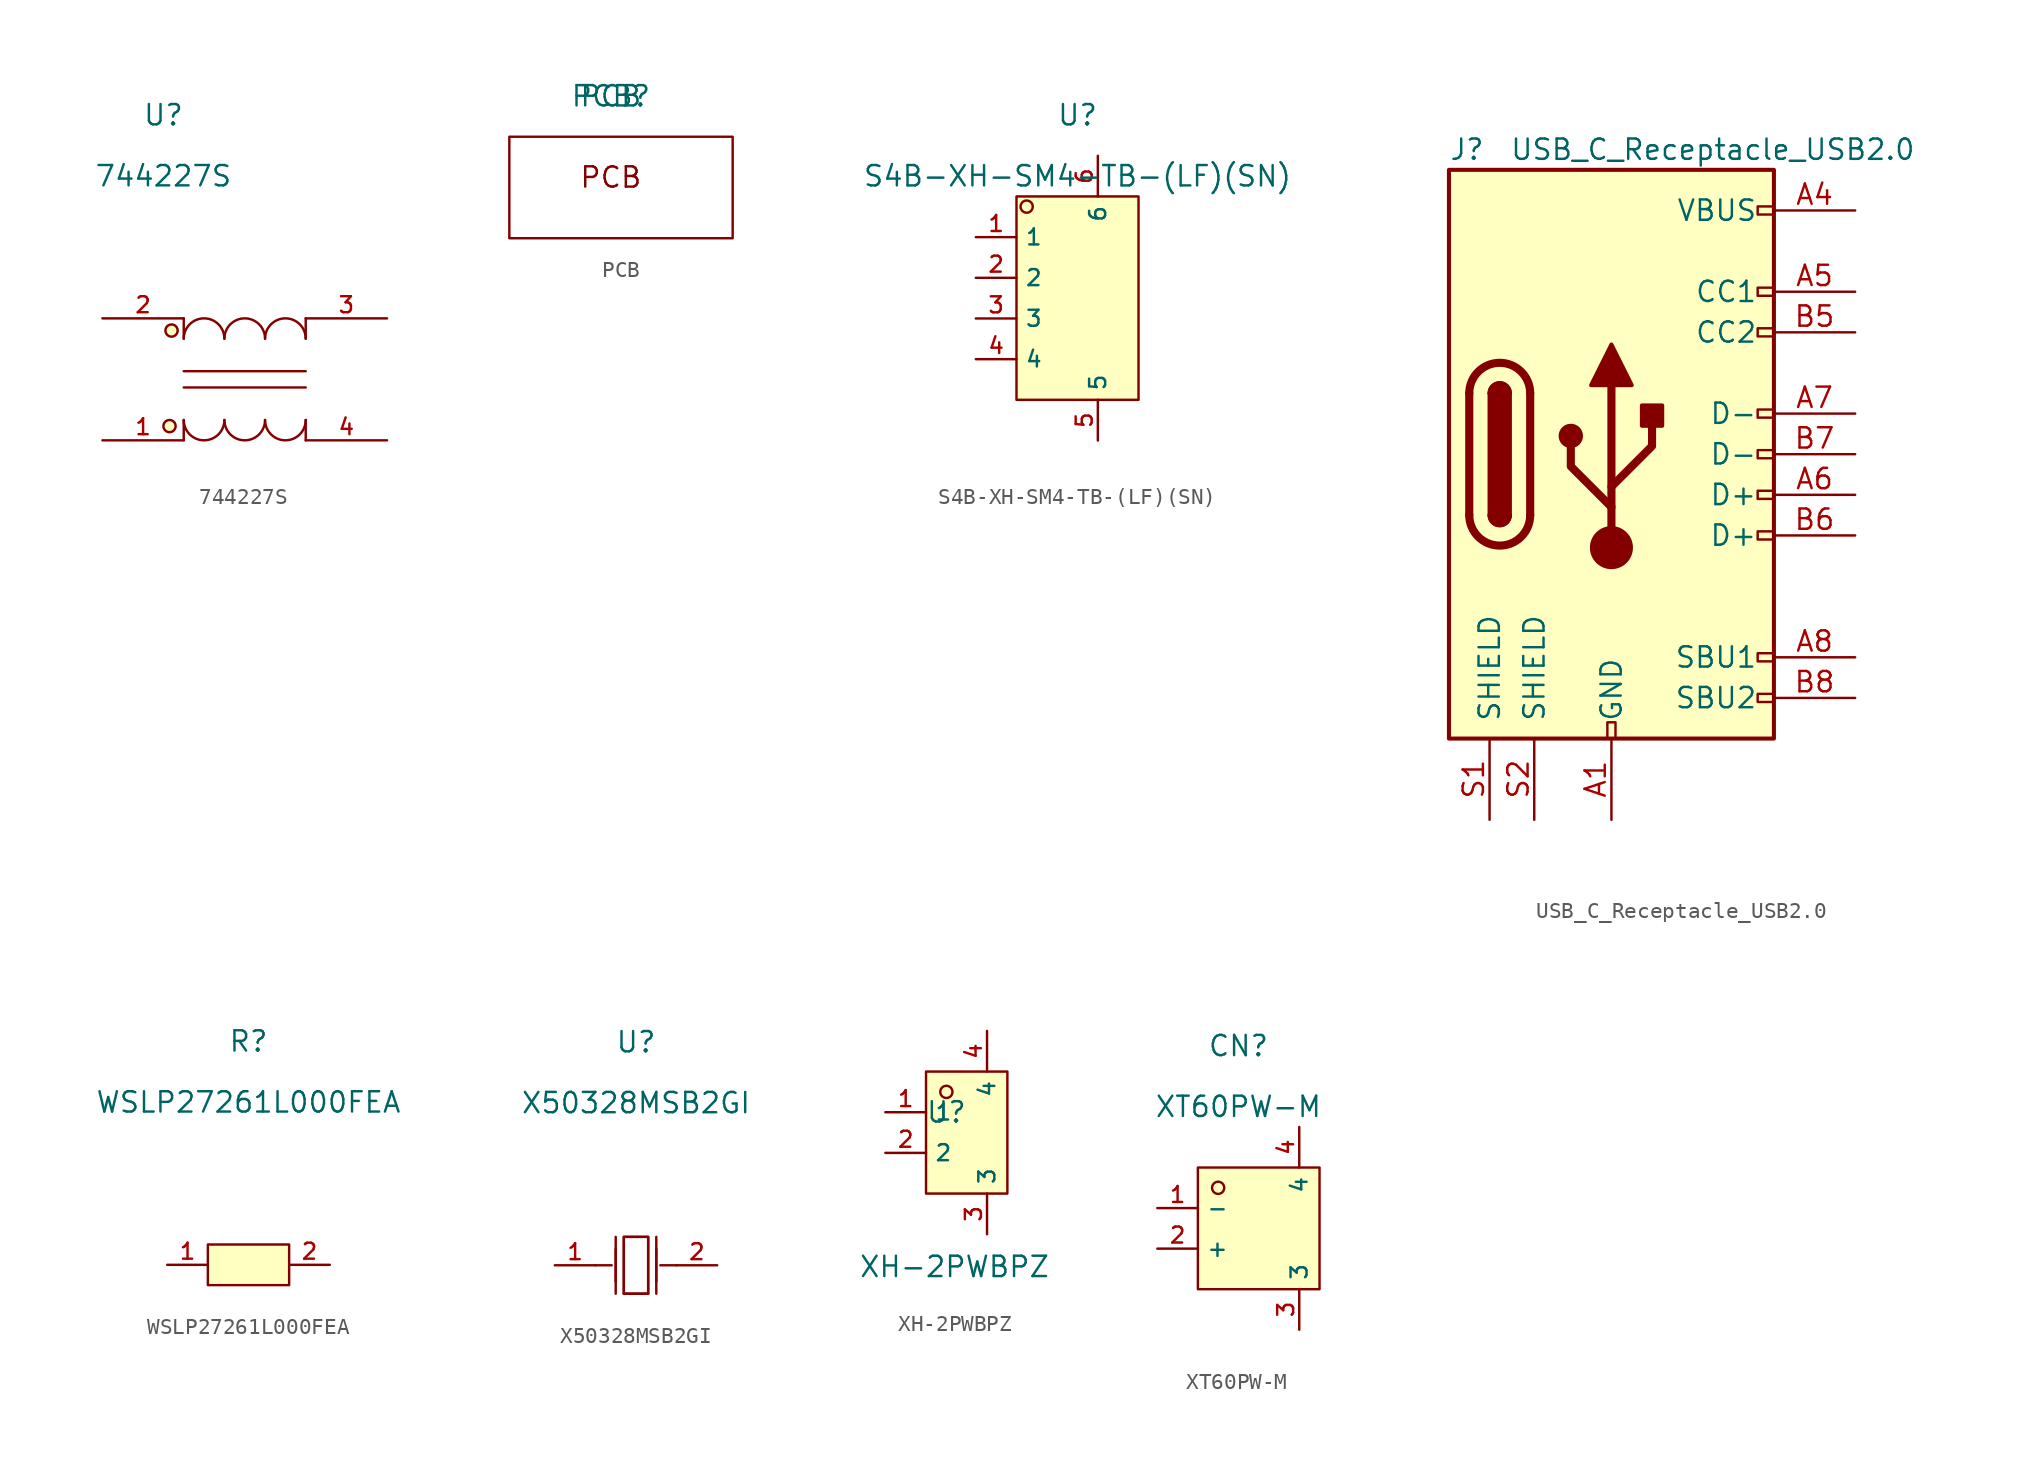
<source format=kicad_sym>
(kicad_symbol_lib
  (version 20220914)
  (generator kicad_symbol_editor)
  (symbol "744227S"
    (pin_names hide)
    (property "Reference" "U"
      (at 0 1.27 0)
      (effects (font (size 1.27 1.27))))
    (property "Value" "744227S"
      (at 0 -2.54 0)
      (effects (font (size 1.27 1.27))))
    (symbol "744227S_0_0"
      (polyline (pts (xy 1.27 -19.05) (xy 1.27 -17.78)) (stroke (width 0) (type default)) (fill (type none)))
      (polyline (pts (xy 1.27 -15.748) (xy 8.89 -15.748)) (stroke (width 0) (type default)) (fill (type none)))
      (polyline (pts (xy 1.27 -14.732) (xy 8.89 -14.732)) (stroke (width 0) (type default)) (fill (type none)))
      (polyline (pts (xy 1.27 -11.43) (xy 1.27 -12.7)) (stroke (width 0) (type default)) (fill (type none)))
      (polyline (pts (xy 8.89 -19.05) (xy 8.89 -17.78)) (stroke (width 0) (type default)) (fill (type none)))
      (polyline (pts (xy 8.89 -11.43) (xy 8.89 -12.7)) (stroke (width 0) (type default)) (fill (type none)))
      (circle (center 0.381 -18.161) (radius 0.381) (stroke (width 0) (type default)) (fill (type background)))
      (circle (center 0.508 -12.192) (radius 0.381) (stroke (width 0) (type default)) (fill (type background)))
      (arc (start 1.27 -17.78) (mid 2.54 -19.0445) (end 3.81 -17.78) (stroke (width 0) (type default)) (fill (type none)))
      (arc (start 3.81 -17.78) (mid 5.08 -19.0445) (end 6.35 -17.78) (stroke (width 0) (type default)) (fill (type none)))
      (arc (start 3.81 -12.7) (mid 2.54 -11.4355) (end 1.27 -12.7) (stroke (width 0) (type default)) (fill (type none)))
      (arc (start 6.35 -17.78) (mid 7.62 -19.0445) (end 8.89 -17.78) (stroke (width 0) (type default)) (fill (type none)))
      (arc (start 6.35 -12.7) (mid 5.08 -11.4355) (end 3.81 -12.7) (stroke (width 0) (type default)) (fill (type none)))
      (arc (start 8.89 -12.7) (mid 7.62 -11.4355) (end 6.35 -12.7) (stroke (width 0) (type default)) (fill (type none)))
      (pin unspecified line (at -3.81 -19.05 0) (length 5.08) (name "1" (effects (font (size 1 1)))) (number "1" (effects (font (size 1 1)))))
      (pin unspecified line (at -3.81 -11.43 0) (length 5.08) (name "2" (effects (font (size 1 1)))) (number "2" (effects (font (size 1 1)))))
      (pin unspecified line (at 13.97 -11.43 180) (length 5.08) (name "3" (effects (font (size 1 1)))) (number "3" (effects (font (size 1 1)))))
      (pin unspecified line (at 13.97 -19.05 180) (length 5.08) (name "4" (effects (font (size 1 1)))) (number "4" (effects (font (size 1 1)))))))
  (symbol "PCB"
    (property "Reference" "PCB"
      (at 0 0 0)
      (effects (font (size 1.27 1.27))))
    (property "Value" "PCB"
      (at 0 0 0)
      (effects (font (size 1.27 1.27))))
    (symbol "PCB_0_0"
      (text "PCB" (at 0 -5.08 0) (effects (font (size 1.27 1.27)))))
    (symbol "PCB_0_1"
      (rectangle (start -6.35 -2.54) (end 7.62 -8.89) (stroke (width 0) (type default)) (fill (type none)))))
  (symbol "S4B-XH-SM4-TB-(LF)(SN)"
    (property "Reference" "U"
      (at 0 1.27 0)
      (effects (font (size 1.27 1.27))))
    (property "Value" "S4B-XH-SM4-TB-(LF)(SN)"
      (at 0 -2.54 0)
      (effects (font (size 1.27 1.27))))
    (symbol "S4B-XH-SM4-TB-(LF)(SN)_0_0"
      (rectangle (start -3.81 -3.81) (end 3.81 -16.51) (stroke (width 0) (type default)) (fill (type background)))
      (circle (center -3.175 -4.445) (radius 0.381) (stroke (width 0) (type default)) (fill (type background)))
      (pin unspecified line (at -6.35 -6.35 0) (length 2.54) (name "1" (effects (font (size 1 1)))) (number "1" (effects (font (size 1 1)))))
      (pin unspecified line (at -6.35 -8.89 0) (length 2.54) (name "2" (effects (font (size 1 1)))) (number "2" (effects (font (size 1 1)))))
      (pin unspecified line (at -6.35 -11.43 0) (length 2.54) (name "3" (effects (font (size 1 1)))) (number "3" (effects (font (size 1 1)))))
      (pin unspecified line (at -6.35 -13.97 0) (length 2.54) (name "4" (effects (font (size 1 1)))) (number "4" (effects (font (size 1 1)))))
      (pin unspecified line (at 1.27 -19.05 90) (length 2.54) (name "5" (effects (font (size 1 1)))) (number "5" (effects (font (size 1 1)))))
      (pin unspecified line (at 1.27 -1.27 270) (length 2.54) (name "6" (effects (font (size 1 1)))) (number "6" (effects (font (size 1 1)))))))
  (symbol "USB_C_Receptacle_USB2.0"
    (pin_names
      (offset 1.016))
    (property "Reference" "J"
      (at -10.16 19.05 0)
      (effects (font (size 1.27 1.27)) (justify left)))
    (property "Value" "USB_C_Receptacle_USB2.0"
      (at 19.05 19.05 0)
      (effects (font (size 1.27 1.27)) (justify right)))
    (symbol "USB_C_Receptacle_USB2.0_0_0"
      (rectangle (start -0.254 -17.78) (end 0.254 -16.764) (stroke (width 0) (type default)) (fill (type none)))
      (rectangle (start 10.16 -14.986) (end 9.144 -15.494) (stroke (width 0) (type default)) (fill (type none)))
      (rectangle (start 10.16 -12.446) (end 9.144 -12.954) (stroke (width 0) (type default)) (fill (type none)))
      (rectangle (start 10.16 -4.826) (end 9.144 -5.334) (stroke (width 0) (type default)) (fill (type none)))
      (rectangle (start 10.16 -2.286) (end 9.144 -2.794) (stroke (width 0) (type default)) (fill (type none)))
      (rectangle (start 10.16 0.254) (end 9.144 -0.254) (stroke (width 0) (type default)) (fill (type none)))
      (rectangle (start 10.16 2.794) (end 9.144 2.286) (stroke (width 0) (type default)) (fill (type none)))
      (rectangle (start 10.16 7.874) (end 9.144 7.366) (stroke (width 0) (type default)) (fill (type none)))
      (rectangle (start 10.16 10.414) (end 9.144 9.906) (stroke (width 0) (type default)) (fill (type none)))
      (rectangle (start 10.16 15.494) (end 9.144 14.986) (stroke (width 0) (type default)) (fill (type none))))
    (symbol "USB_C_Receptacle_USB2.0_0_1"
      (rectangle (start -10.16 17.78) (end 10.16 -17.78) (stroke (width 0.254) (type default)) (fill (type background)))
      (arc (start -8.89 -3.81) (mid -6.985 -5.7067) (end -5.08 -3.81) (stroke (width 0.508) (type default)) (fill (type none)))
      (arc (start -7.62 -3.81) (mid -6.985 -4.4423) (end -6.35 -3.81) (stroke (width 0.254) (type default)) (fill (type none)))
      (arc (start -7.62 -3.81) (mid -6.985 -4.4423) (end -6.35 -3.81) (stroke (width 0.254) (type default)) (fill (type outline)))
      (rectangle (start -7.62 -3.81) (end -6.35 3.81) (stroke (width 0.254) (type default)) (fill (type outline)))
      (arc (start -6.35 3.81) (mid -6.985 4.4423) (end -7.62 3.81) (stroke (width 0.254) (type default)) (fill (type none)))
      (arc (start -6.35 3.81) (mid -6.985 4.4423) (end -7.62 3.81) (stroke (width 0.254) (type default)) (fill (type outline)))
      (arc (start -5.08 3.81) (mid -6.985 5.7067) (end -8.89 3.81) (stroke (width 0.508) (type default)) (fill (type none)))
      (circle (center -2.54 1.143) (radius 0.635) (stroke (width 0.254) (type default)) (fill (type outline)))
      (circle (center 0 -5.842) (radius 1.27) (stroke (width 0) (type default)) (fill (type outline)))
      (polyline (pts (xy -8.89 -3.81) (xy -8.89 3.81)) (stroke (width 0.508) (type default)) (fill (type none)))
      (polyline (pts (xy -5.08 3.81) (xy -5.08 -3.81)) (stroke (width 0.508) (type default)) (fill (type none)))
      (polyline (pts (xy 0 -5.842) (xy 0 4.318)) (stroke (width 0.508) (type default)) (fill (type none)))
      (polyline (pts (xy 0 -3.302) (xy -2.54 -0.762) (xy -2.54 0.508)) (stroke (width 0.508) (type default)) (fill (type none)))
      (polyline (pts (xy 0 -2.032) (xy 2.54 0.508) (xy 2.54 1.778)) (stroke (width 0.508) (type default)) (fill (type none)))
      (polyline (pts (xy -1.27 4.318) (xy 0 6.858) (xy 1.27 4.318) (xy -1.27 4.318)) (stroke (width 0.254) (type default)) (fill (type outline)))
      (rectangle (start 1.905 1.778) (end 3.175 3.048) (stroke (width 0.254) (type default)) (fill (type outline))))
    (symbol "USB_C_Receptacle_USB2.0_1_1"
      (pin passive line (at 0 -22.86 90) (length 5.08) (name "GND" (effects (font (size 1.27 1.27)))) (number "A1" (effects (font (size 1.27 1.27)))))
      (pin passive line (at 0 -22.86 90) (length 5.08) hide (name "GND" (effects (font (size 1.27 1.27)))) (number "A12" (effects (font (size 1.27 1.27)))))
      (pin passive line (at 15.24 15.24 180) (length 5.08) (name "VBUS" (effects (font (size 1.27 1.27)))) (number "A4" (effects (font (size 1.27 1.27)))))
      (pin bidirectional line (at 15.24 10.16 180) (length 5.08) (name "CC1" (effects (font (size 1.27 1.27)))) (number "A5" (effects (font (size 1.27 1.27)))))
      (pin bidirectional line (at 15.24 -2.54 180) (length 5.08) (name "D+" (effects (font (size 1.27 1.27)))) (number "A6" (effects (font (size 1.27 1.27)))))
      (pin bidirectional line (at 15.24 2.54 180) (length 5.08) (name "D-" (effects (font (size 1.27 1.27)))) (number "A7" (effects (font (size 1.27 1.27)))))
      (pin bidirectional line (at 15.24 -12.7 180) (length 5.08) (name "SBU1" (effects (font (size 1.27 1.27)))) (number "A8" (effects (font (size 1.27 1.27)))))
      (pin passive line (at 15.24 15.24 180) (length 5.08) hide (name "VBUS" (effects (font (size 1.27 1.27)))) (number "A9" (effects (font (size 1.27 1.27)))))
      (pin passive line (at 0 -22.86 90) (length 5.08) hide (name "GND" (effects (font (size 1.27 1.27)))) (number "B1" (effects (font (size 1.27 1.27)))))
      (pin passive line (at 0 -22.86 90) (length 5.08) hide (name "GND" (effects (font (size 1.27 1.27)))) (number "B12" (effects (font (size 1.27 1.27)))))
      (pin passive line (at 15.24 15.24 180) (length 5.08) hide (name "VBUS" (effects (font (size 1.27 1.27)))) (number "B4" (effects (font (size 1.27 1.27)))))
      (pin bidirectional line (at 15.24 7.62 180) (length 5.08) (name "CC2" (effects (font (size 1.27 1.27)))) (number "B5" (effects (font (size 1.27 1.27)))))
      (pin bidirectional line (at 15.24 -5.08 180) (length 5.08) (name "D+" (effects (font (size 1.27 1.27)))) (number "B6" (effects (font (size 1.27 1.27)))))
      (pin bidirectional line (at 15.24 0 180) (length 5.08) (name "D-" (effects (font (size 1.27 1.27)))) (number "B7" (effects (font (size 1.27 1.27)))))
      (pin bidirectional line (at 15.24 -15.24 180) (length 5.08) (name "SBU2" (effects (font (size 1.27 1.27)))) (number "B8" (effects (font (size 1.27 1.27)))))
      (pin passive line (at 15.24 15.24 180) (length 5.08) hide (name "VBUS" (effects (font (size 1.27 1.27)))) (number "B9" (effects (font (size 1.27 1.27)))))
      (pin passive line (at -7.62 -22.86 90) (length 5.08) (name "SHIELD" (effects (font (size 1.27 1.27)))) (number "S1" (effects (font (size 1.27 1.27)))))
      (pin passive line (at -4.826 -22.86 90) (length 5.08) (name "SHIELD" (effects (font (size 1.27 1.27)))) (number "S2" (effects (font (size 1.27 1.27)))))))
  (symbol "WSLP27261L000FEA"
    (pin_names hide)
    (property "Reference" "R"
      (at 0 1.27 0)
      (effects (font (size 1.27 1.27))))
    (property "Value" "WSLP27261L000FEA"
      (at 0 -2.54 0)
      (effects (font (size 1.27 1.27))))
    (symbol "WSLP27261L000FEA_0_0"
      (rectangle (start -2.54 -11.43) (end 2.54 -13.97) (stroke (width 0) (type default)) (fill (type background)))
      (pin unspecified line (at -5.08 -12.7 0) (length 2.54) (name "1" (effects (font (size 1 1)))) (number "1" (effects (font (size 1 1)))))
      (pin unspecified line (at 5.08 -12.7 180) (length 2.54) (name "2" (effects (font (size 1 1)))) (number "2" (effects (font (size 1 1)))))))
  (symbol "X50328MSB2GI"
    (pin_names hide)
    (property "Reference" "U"
      (at 0 1.27 0)
      (effects (font (size 1.27 1.27))))
    (property "Value" "X50328MSB2GI"
      (at 0 -2.54 0)
      (effects (font (size 1.27 1.27))))
    (symbol "X50328MSB2GI_0_0"
      (polyline (pts (xy -2.54 -12.7) (xy -1.524 -12.7)) (stroke (width 0) (type default)) (fill (type none)))
      (polyline (pts (xy -1.27 -14.478) (xy -1.27 -10.922)) (stroke (width 0) (type default)) (fill (type none)))
      (polyline (pts (xy -1.27 -13.716) (xy -1.27 -11.684)) (stroke (width 0) (type default)) (fill (type none)))
      (polyline (pts (xy 0.762 -14.478) (xy -0.762 -14.478)) (stroke (width 0) (type default)) (fill (type none)))
      (polyline (pts (xy 1.27 -14.478) (xy 1.27 -10.922)) (stroke (width 0) (type default)) (fill (type none)))
      (polyline (pts (xy 1.27 -13.716) (xy 1.27 -11.684)) (stroke (width 0) (type default)) (fill (type none)))
      (polyline (pts (xy 2.54 -12.7) (xy 1.524 -12.7)) (stroke (width 0) (type default)) (fill (type none)))
      (polyline (pts (xy -0.762 -14.478) (xy -0.762 -10.922) (xy 0.762 -10.922) (xy 0.762 -14.478)) (stroke (width 0) (type default)) (fill (type none)))
      (polyline (pts (xy 0.762 -10.922) (xy 0.762 -14.478) (xy -0.762 -14.478) (xy -0.762 -10.922) (xy 0.762 -10.922)) (stroke (width 0) (type default)) (fill (type none)))
      (pin input line (at -5.08 -12.7 0) (length 2.54) (name "OSC1" (effects (font (size 1 1)))) (number "1" (effects (font (size 1 1)))))
      (pin input line (at 5.08 -12.7 180) (length 2.54) (name "OSC2" (effects (font (size 1 1)))) (number "2" (effects (font (size 1 1)))))))
  (symbol "XH-2PWBPZ"
    (property "Reference" "U"
      (at 0 1.27 0)
      (effects (font (size 1.27 1.27))))
    (property "Value" "XH-2PWBPZ"
      (at 0.508 -8.382 0)
      (effects (font (size 1.27 1.27))))
    (symbol "XH-2PWBPZ_0_1"
      (rectangle (start -1.27 3.81) (end 3.81 -3.81) (stroke (width 0) (type default)) (fill (type background)))
      (circle (center 0 2.54) (radius 0.381) (stroke (width 0) (type default)) (fill (type background)))
      (pin unspecified line (at -3.81 1.27 0) (length 2.54) (name "1" (effects (font (size 1 1)))) (number "1" (effects (font (size 1 1)))))
      (pin unspecified line (at -3.81 -1.27 0) (length 2.54) (name "2" (effects (font (size 1 1)))) (number "2" (effects (font (size 1 1)))))
      (pin unspecified line (at 2.54 -6.35 90) (length 2.54) (name "3" (effects (font (size 1 1)))) (number "3" (effects (font (size 1 1)))))
      (pin unspecified line (at 2.54 6.35 270) (length 2.54) (name "4" (effects (font (size 1 1)))) (number "4" (effects (font (size 1 1)))))))
  (symbol "XT60PW-M"
    (property "Reference" "CN"
      (at 0 1.27 0)
      (effects (font (size 1.27 1.27))))
    (property "Value" "XT60PW-M"
      (at 0 -2.54 0)
      (effects (font (size 1.27 1.27))))
    (symbol "XT60PW-M_0_0"
      (rectangle (start -2.54 -6.35) (end 5.08 -13.97) (stroke (width 0) (type default)) (fill (type background)))
      (circle (center -1.27 -7.62) (radius 0.381) (stroke (width 0) (type default)) (fill (type background)))
      (pin unspecified line (at -5.08 -8.89 0) (length 2.54) (name "-" (effects (font (size 1 1)))) (number "1" (effects (font (size 1 1)))))
      (pin unspecified line (at -5.08 -11.43 0) (length 2.54) (name "+" (effects (font (size 1 1)))) (number "2" (effects (font (size 1 1)))))
      (pin unspecified line (at 3.81 -16.51 90) (length 2.54) (name "3" (effects (font (size 1 1)))) (number "3" (effects (font (size 1 1)))))
      (pin unspecified line (at 3.81 -3.81 270) (length 2.54) (name "4" (effects (font (size 1 1)))) (number "4" (effects (font (size 1 1))))))))
</source>
